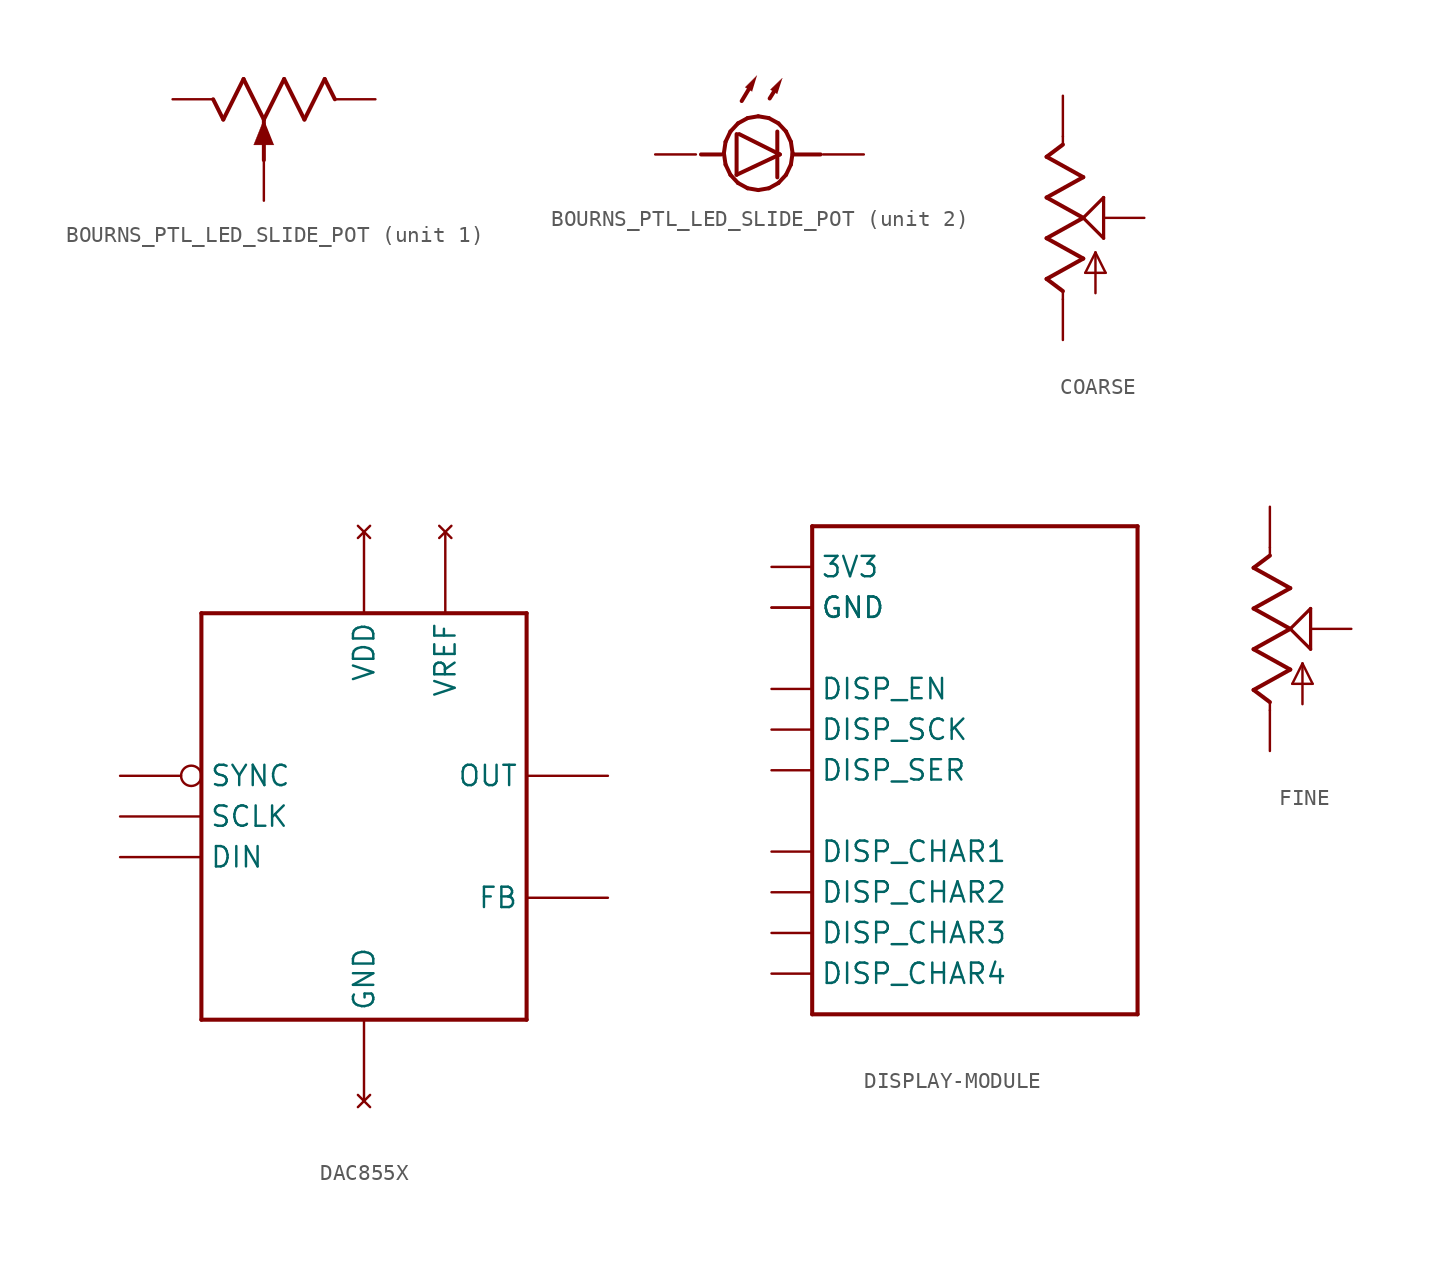
<source format=kicad_sym>
(kicad_symbol_lib
  (version 20231120)
  (generator "kicad_symbol_editor")
  (generator_version "8.0")
  (symbol "BOURNS_PTL_LED_SLIDE_POT"
    (property "Reference" "VR"
      (at 0 0 0)
      (effects (font (size 1.27 1.27)) (hide yes)))
    (property "ki_locked" ""
      (at 0 0 0)
      (effects (font (size 1.27 1.27))))
    (symbol "BOURNS_PTL_LED_SLIDE_POT_1_0"
      (polyline (pts (xy -3.81 1.27) (xy -3.175 0)) (stroke (width 0.25) (type solid)) (fill (type none)))
      (polyline (pts (xy -3.175 0) (xy -1.905 2.54)) (stroke (width 0.25) (type solid)) (fill (type none)))
      (polyline (pts (xy -1.905 2.54) (xy -0.635 0)) (stroke (width 0.25) (type solid)) (fill (type none)))
      (polyline (pts (xy -0.635 -2.54) (xy -0.635 0)) (stroke (width 0.25) (type solid)) (fill (type none)))
      (polyline (pts (xy -0.635 0) (xy 0.635 2.54)) (stroke (width 0.25) (type solid)) (fill (type none)))
      (polyline (pts (xy 0.635 2.54) (xy 1.905 0)) (stroke (width 0.25) (type solid)) (fill (type none)))
      (polyline (pts (xy 1.905 0) (xy 3.175 2.54)) (stroke (width 0.25) (type solid)) (fill (type none)))
      (polyline (pts (xy 3.175 2.54) (xy 3.81 1.27)) (stroke (width 0.25) (type solid)) (fill (type none)))
      (polyline (pts (xy -0.635 0) (xy -1.27 -1.587) (xy 0 -1.587)) (stroke (width 0.002) (type solid)) (fill (type outline)))
      (pin passive line (at -6.35 1.27 0) (length 2.54) (name "CCW" (effects (font (size 0 0)))) (number "1" (effects (font (size 0 0)))))
      (pin passive line (at -0.635 -5.08 90) (length 2.54) (name "W" (effects (font (size 0 0)))) (number "2" (effects (font (size 0 0)))))
      (pin passive line (at 6.35 1.27 180) (length 2.54) (name "CW" (effects (font (size 0 0)))) (number "3" (effects (font (size 0 0))))))
    (symbol "BOURNS_PTL_LED_SLIDE_POT_2_0"
      (polyline (pts (xy -2.381 -1.349) (xy -3.651 -1.349)) (stroke (width 0.25) (type solid)) (fill (type none)))
      (polyline (pts (xy -2.222 -1.27) (xy -2.118 -1.981)) (stroke (width 0.25) (type solid)) (fill (type none)))
      (polyline (pts (xy -2.118 -1.981) (xy -1.813 -2.623)) (stroke (width 0.25) (type solid)) (fill (type none)))
      (polyline (pts (xy -2.118 -0.559) (xy -2.222 -1.27)) (stroke (width 0.25) (type solid)) (fill (type none)))
      (polyline (pts (xy -1.813 -2.623) (xy -1.339 -3.132)) (stroke (width 0.25) (type solid)) (fill (type none)))
      (polyline (pts (xy -1.813 0.083) (xy -2.118 -0.559)) (stroke (width 0.25) (type solid)) (fill (type none)))
      (polyline (pts (xy -1.429 -2.619) (xy 1.27 -1.349)) (stroke (width 0.25) (type solid)) (fill (type none)))
      (polyline (pts (xy -1.429 -0.079) (xy -1.429 -2.619)) (stroke (width 0.25) (type solid)) (fill (type none)))
      (polyline (pts (xy -1.339 -3.132) (xy -0.742 -3.459)) (stroke (width 0.25) (type solid)) (fill (type none)))
      (polyline (pts (xy -1.339 0.592) (xy -1.813 0.083)) (stroke (width 0.25) (type solid)) (fill (type none)))
      (polyline (pts (xy -1.111 1.984) (xy -0.673 2.714)) (stroke (width 0.25) (type solid)) (fill (type none)))
      (polyline (pts (xy -0.742 -3.459) (xy -0.079 -3.572)) (stroke (width 0.25) (type solid)) (fill (type none)))
      (polyline (pts (xy -0.742 0.919) (xy -1.339 0.592)) (stroke (width 0.25) (type solid)) (fill (type none)))
      (polyline (pts (xy -0.079 -3.572) (xy 0.583 -3.459)) (stroke (width 0.25) (type solid)) (fill (type none)))
      (polyline (pts (xy -0.079 1.032) (xy -0.742 0.919)) (stroke (width 0.25) (type solid)) (fill (type none)))
      (polyline (pts (xy 0.583 -3.459) (xy 1.18 -3.132)) (stroke (width 0.25) (type solid)) (fill (type none)))
      (polyline (pts (xy 0.583 0.919) (xy -0.079 1.032)) (stroke (width 0.25) (type solid)) (fill (type none)))
      (polyline (pts (xy 0.635 2.143) (xy 0.899 2.565)) (stroke (width 0.25) (type solid)) (fill (type none)))
      (polyline (pts (xy 1.111 0.079) (xy 1.111 -2.778)) (stroke (width 0.25) (type solid)) (fill (type none)))
      (polyline (pts (xy 1.18 -3.132) (xy 1.654 -2.623)) (stroke (width 0.25) (type solid)) (fill (type none)))
      (polyline (pts (xy 1.18 0.592) (xy 0.583 0.919)) (stroke (width 0.25) (type solid)) (fill (type none)))
      (polyline (pts (xy 1.27 -1.349) (xy -1.27 -0.079)) (stroke (width 0.25) (type solid)) (fill (type none)))
      (polyline (pts (xy 1.654 -2.623) (xy 1.959 -1.981)) (stroke (width 0.25) (type solid)) (fill (type none)))
      (polyline (pts (xy 1.654 0.083) (xy 1.18 0.592)) (stroke (width 0.25) (type solid)) (fill (type none)))
      (polyline (pts (xy 1.959 -1.981) (xy 2.064 -1.27)) (stroke (width 0.25) (type solid)) (fill (type none)))
      (polyline (pts (xy 1.959 -0.559) (xy 1.654 0.083)) (stroke (width 0.25) (type solid)) (fill (type none)))
      (polyline (pts (xy 2.064 -1.349) (xy 3.81 -1.349)) (stroke (width 0.25) (type solid)) (fill (type none)))
      (polyline (pts (xy 2.064 -1.27) (xy 1.959 -0.559)) (stroke (width 0.25) (type solid)) (fill (type none)))
      (polyline (pts (xy -0.159 3.572) (xy -0.888 2.843) (xy -0.459 2.586)) (stroke (width 0.002) (type solid)) (fill (type outline)))
      (polyline (pts (xy 1.429 3.413) (xy 0.687 2.698) (xy 1.111 2.433)) (stroke (width 0.002) (type solid)) (fill (type outline)))
      (pin power_in line (at -6.509 -1.349 0) (length 2.54) (name "gnd@1" (effects (font (size 0 0)))) (number "5" (effects (font (size 0 0)))))
      (pin power_in line (at 6.509 -1.349 180) (length 2.54) (name "gnd@2" (effects (font (size 0 0)))) (number "6" (effects (font (size 0 0)))))))
  (symbol "COARSE"
    (property "Reference" "R"
      (at 0 0 0)
      (effects (font (size 1.27 1.27)) (hide yes)))
    (property "ki_locked" ""
      (at 0 0 0)
      (effects (font (size 1.27 1.27))))
    (symbol "COARSE_1_0"
      (polyline (pts (xy -1.841 -3.81) (xy 0.444 -2.54)) (stroke (width 0.254) (type solid)) (fill (type none)))
      (polyline (pts (xy -1.841 -1.27) (xy 0.444 0)) (stroke (width 0.254) (type solid)) (fill (type none)))
      (polyline (pts (xy -1.841 1.27) (xy 0.444 2.54)) (stroke (width 0.254) (type solid)) (fill (type none)))
      (polyline (pts (xy -1.841 3.81) (xy -0.826 4.572)) (stroke (width 0.254) (type solid)) (fill (type none)))
      (polyline (pts (xy -0.826 -5.08) (xy -0.826 -4.572)) (stroke (width 0.152) (type solid)) (fill (type none)))
      (polyline (pts (xy -0.826 -4.572) (xy -1.841 -3.81)) (stroke (width 0.254) (type solid)) (fill (type none)))
      (polyline (pts (xy -0.826 4.572) (xy -0.826 5.08)) (stroke (width 0.152) (type solid)) (fill (type none)))
      (polyline (pts (xy 0.444 -2.54) (xy -1.841 -1.27)) (stroke (width 0.254) (type solid)) (fill (type none)))
      (polyline (pts (xy 0.444 0) (xy -1.841 1.27)) (stroke (width 0.254) (type solid)) (fill (type none)))
      (polyline (pts (xy 0.444 0) (xy 1.715 1.27)) (stroke (width 0.203) (type solid)) (fill (type none)))
      (polyline (pts (xy 0.444 2.54) (xy -1.841 3.81)) (stroke (width 0.254) (type solid)) (fill (type none)))
      (polyline (pts (xy 0.572 -3.429) (xy 1.207 -2.159)) (stroke (width 0.152) (type solid)) (fill (type none)))
      (polyline (pts (xy 1.207 -4.699) (xy 1.207 -2.159)) (stroke (width 0.152) (type solid)) (fill (type none)))
      (polyline (pts (xy 1.207 -2.159) (xy 1.841 -3.429)) (stroke (width 0.152) (type solid)) (fill (type none)))
      (polyline (pts (xy 1.715 -1.27) (xy 0.444 0)) (stroke (width 0.203) (type solid)) (fill (type none)))
      (polyline (pts (xy 1.715 1.27) (xy 1.715 -1.27)) (stroke (width 0.203) (type solid)) (fill (type none)))
      (polyline (pts (xy 1.841 -3.429) (xy 0.572 -3.429)) (stroke (width 0.152) (type solid)) (fill (type none)))
      (pin passive line (at -0.826 -7.62 90) (length 2.54) (name "A" (effects (font (size 0 0)))) (number "1" (effects (font (size 0 0)))))
      (pin passive line (at 4.255 0 180) (length 2.54) (name "S" (effects (font (size 0 0)))) (number "2" (effects (font (size 0 0)))))
      (pin passive line (at -0.826 7.62 270) (length 2.54) (name "E" (effects (font (size 0 0)))) (number "3" (effects (font (size 0 0)))))))
  (symbol "DAC855X"
    (property "Reference" "IC"
      (at 0 0 0)
      (effects (font (size 1.27 1.27)) (hide yes)))
    (property "ki_locked" ""
      (at 0 0 0)
      (effects (font (size 1.27 1.27))))
    (symbol "DAC855X_1_0"
      (polyline (pts (xy -10.16 -12.7) (xy -10.16 12.7)) (stroke (width 0.254) (type solid)) (fill (type none)))
      (polyline (pts (xy -10.16 12.7) (xy 10.16 12.7)) (stroke (width 0.254) (type solid)) (fill (type none)))
      (polyline (pts (xy 10.16 -12.7) (xy -10.16 -12.7)) (stroke (width 0.254) (type solid)) (fill (type none)))
      (polyline (pts (xy 10.16 12.7) (xy 10.16 -12.7)) (stroke (width 0.254) (type solid)) (fill (type none)))
      (pin no_connect line (at 0 17.78 270) (length 5.08) (name "VDD" (effects (font (size 1.27 1.27)))) (number "1" (effects (font (size 0 0)))))
      (pin no_connect line (at 5.08 17.78 270) (length 5.08) (name "VREF" (effects (font (size 1.27 1.27)))) (number "2" (effects (font (size 0 0)))))
      (pin input line (at 15.24 -5.08 180) (length 5.08) (name "FB" (effects (font (size 1.27 1.27)))) (number "3" (effects (font (size 0 0)))))
      (pin output line (at 15.24 2.54 180) (length 5.08) (name "OUT" (effects (font (size 1.27 1.27)))) (number "4" (effects (font (size 0 0)))))
      (pin bidirectional inverted (at -15.24 2.54 0) (length 5.08) (name "SYNC" (effects (font (size 1.27 1.27)))) (number "5" (effects (font (size 0 0)))))
      (pin bidirectional line (at -15.24 0 0) (length 5.08) (name "SCLK" (effects (font (size 1.27 1.27)))) (number "6" (effects (font (size 0 0)))))
      (pin bidirectional line (at -15.24 -2.54 0) (length 5.08) (name "DIN" (effects (font (size 1.27 1.27)))) (number "7" (effects (font (size 0 0)))))
      (pin no_connect line (at 0 -17.78 90) (length 5.08) (name "GND" (effects (font (size 1.27 1.27)))) (number "8" (effects (font (size 0 0)))))))
  (symbol "DISPLAY-MODULE"
    (property "Reference" "A"
      (at 0 0 0)
      (effects (font (size 1.27 1.27)) (hide yes)))
    (property "ki_locked" ""
      (at 0 0 0)
      (effects (font (size 1.27 1.27))))
    (symbol "DISPLAY-MODULE_1_0"
      (polyline (pts (xy -10.16 -15.24) (xy -10.16 15.24)) (stroke (width 0.254) (type solid)) (fill (type none)))
      (polyline (pts (xy -10.16 15.24) (xy 10.16 15.24)) (stroke (width 0.254) (type solid)) (fill (type none)))
      (polyline (pts (xy 10.16 -15.24) (xy -10.16 -15.24)) (stroke (width 0.254) (type solid)) (fill (type none)))
      (polyline (pts (xy 10.16 15.24) (xy 10.16 -15.24)) (stroke (width 0.254) (type solid)) (fill (type none)))
      (pin bidirectional line (at -12.7 5.08 0) (length 2.54) (name "DISP_EN" (effects (font (size 1.27 1.27)))) (number "1" (effects (font (size 0 0)))))
      (pin bidirectional line (at -12.7 -7.62 0) (length 2.54) (name "DISP_CHAR2" (effects (font (size 1.27 1.27)))) (number "13" (effects (font (size 0 0)))))
      (pin bidirectional line (at -12.7 -5.08 0) (length 2.54) (name "DISP_CHAR1" (effects (font (size 1.27 1.27)))) (number "14" (effects (font (size 0 0)))))
      (pin bidirectional line (at -12.7 2.54 0) (length 2.54) (name "DISP_SCK" (effects (font (size 1.27 1.27)))) (number "2" (effects (font (size 0 0)))))
      (pin bidirectional line (at -12.7 0 0) (length 2.54) (name "DISP_SER" (effects (font (size 1.27 1.27)))) (number "3" (effects (font (size 0 0)))))
      (pin bidirectional line (at -12.7 10.16 0) (length 2.54) (name "GND" (effects (font (size 1.27 1.27)))) (number "4" (effects (font (size 0 0)))))
      (pin bidirectional line (at -12.7 12.7 0) (length 2.54) (name "3V3" (effects (font (size 1.27 1.27)))) (number "5" (effects (font (size 0 0)))))
      (pin bidirectional line (at -12.7 -12.7 0) (length 2.54) (name "DISP_CHAR4" (effects (font (size 1.27 1.27)))) (number "6" (effects (font (size 0 0)))))
      (pin bidirectional line (at -12.7 10.16 0) (length 2.54) (name "GND" (effects (font (size 1.27 1.27)))) (number "7" (effects (font (size 0 0)))))
      (pin bidirectional line (at -12.7 -10.16 0) (length 2.54) (name "DISP_CHAR3" (effects (font (size 1.27 1.27)))) (number "9" (effects (font (size 0 0)))))))
  (symbol "FINE"
    (property "Reference" "R"
      (at 0 0 0)
      (effects (font (size 1.27 1.27)) (hide yes)))
    (property "ki_locked" ""
      (at 0 0 0)
      (effects (font (size 1.27 1.27))))
    (symbol "FINE_1_0"
      (polyline (pts (xy -1.841 -3.81) (xy 0.444 -2.54)) (stroke (width 0.254) (type solid)) (fill (type none)))
      (polyline (pts (xy -1.841 -1.27) (xy 0.444 0)) (stroke (width 0.254) (type solid)) (fill (type none)))
      (polyline (pts (xy -1.841 1.27) (xy 0.444 2.54)) (stroke (width 0.254) (type solid)) (fill (type none)))
      (polyline (pts (xy -1.841 3.81) (xy -0.826 4.572)) (stroke (width 0.254) (type solid)) (fill (type none)))
      (polyline (pts (xy -0.826 -5.08) (xy -0.826 -4.572)) (stroke (width 0.152) (type solid)) (fill (type none)))
      (polyline (pts (xy -0.826 -4.572) (xy -1.841 -3.81)) (stroke (width 0.254) (type solid)) (fill (type none)))
      (polyline (pts (xy -0.826 4.572) (xy -0.826 5.08)) (stroke (width 0.152) (type solid)) (fill (type none)))
      (polyline (pts (xy 0.444 -2.54) (xy -1.841 -1.27)) (stroke (width 0.254) (type solid)) (fill (type none)))
      (polyline (pts (xy 0.444 0) (xy -1.841 1.27)) (stroke (width 0.254) (type solid)) (fill (type none)))
      (polyline (pts (xy 0.444 0) (xy 1.715 1.27)) (stroke (width 0.203) (type solid)) (fill (type none)))
      (polyline (pts (xy 0.444 2.54) (xy -1.841 3.81)) (stroke (width 0.254) (type solid)) (fill (type none)))
      (polyline (pts (xy 0.572 -3.429) (xy 1.207 -2.159)) (stroke (width 0.152) (type solid)) (fill (type none)))
      (polyline (pts (xy 1.207 -4.699) (xy 1.207 -2.159)) (stroke (width 0.152) (type solid)) (fill (type none)))
      (polyline (pts (xy 1.207 -2.159) (xy 1.841 -3.429)) (stroke (width 0.152) (type solid)) (fill (type none)))
      (polyline (pts (xy 1.715 -1.27) (xy 0.444 0)) (stroke (width 0.203) (type solid)) (fill (type none)))
      (polyline (pts (xy 1.715 1.27) (xy 1.715 -1.27)) (stroke (width 0.203) (type solid)) (fill (type none)))
      (polyline (pts (xy 1.841 -3.429) (xy 0.572 -3.429)) (stroke (width 0.152) (type solid)) (fill (type none)))
      (pin passive line (at -0.826 -7.62 90) (length 2.54) (name "A" (effects (font (size 0 0)))) (number "1" (effects (font (size 0 0)))))
      (pin passive line (at 4.255 0 180) (length 2.54) (name "S" (effects (font (size 0 0)))) (number "2" (effects (font (size 0 0)))))
      (pin passive line (at -0.826 7.62 270) (length 2.54) (name "E" (effects (font (size 0 0)))) (number "3" (effects (font (size 0 0))))))))
</source>
